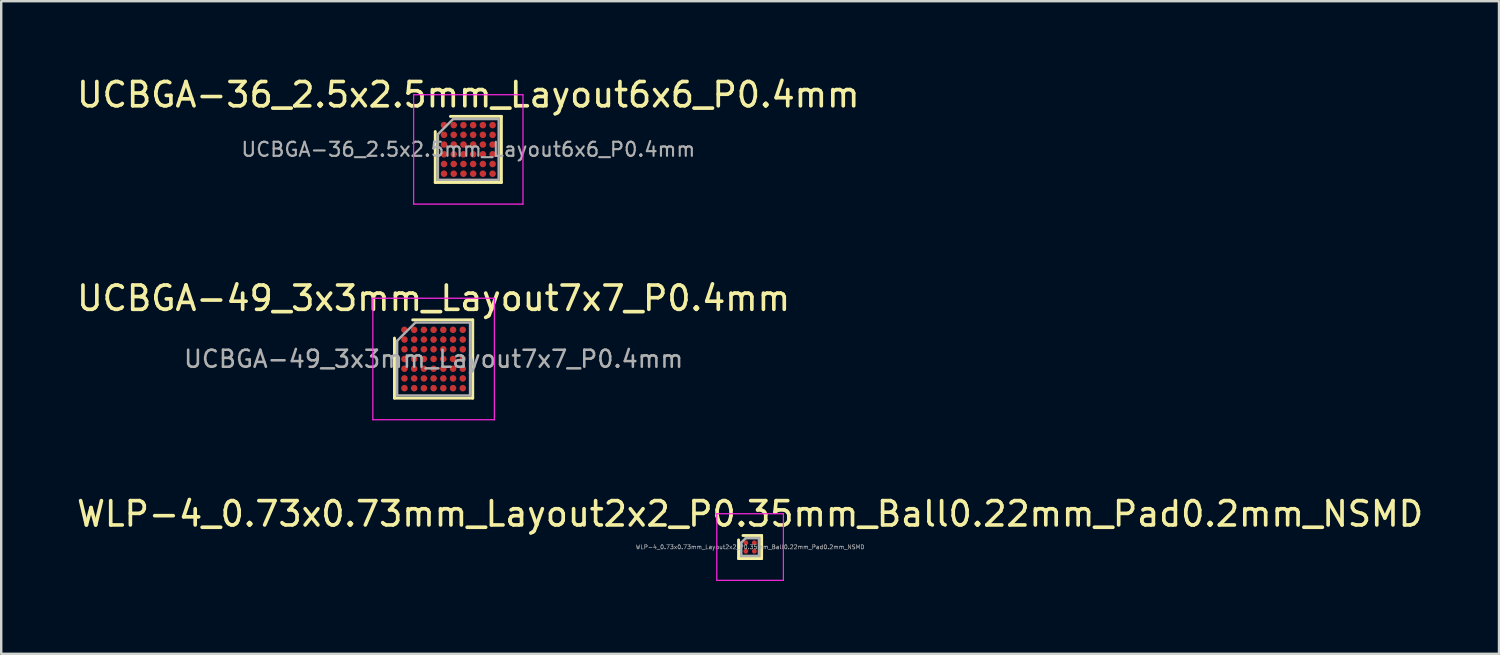
<source format=kicad_pcb>
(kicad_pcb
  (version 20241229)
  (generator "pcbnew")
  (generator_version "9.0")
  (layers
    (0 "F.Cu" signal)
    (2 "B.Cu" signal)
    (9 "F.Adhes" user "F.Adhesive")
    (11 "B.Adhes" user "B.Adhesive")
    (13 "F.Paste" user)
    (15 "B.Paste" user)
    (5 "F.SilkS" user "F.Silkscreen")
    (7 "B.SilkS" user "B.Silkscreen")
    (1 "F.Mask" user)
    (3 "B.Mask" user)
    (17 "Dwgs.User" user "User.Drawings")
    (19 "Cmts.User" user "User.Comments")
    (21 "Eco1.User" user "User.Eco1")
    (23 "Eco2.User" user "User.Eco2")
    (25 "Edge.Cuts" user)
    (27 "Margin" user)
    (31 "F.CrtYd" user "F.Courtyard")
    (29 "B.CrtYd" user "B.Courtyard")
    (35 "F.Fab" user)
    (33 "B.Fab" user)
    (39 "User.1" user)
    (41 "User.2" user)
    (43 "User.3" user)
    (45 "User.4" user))
  (footprint "UCBGA-36_2.5x2.5mm_Layout6x6_P0.4mm"
    (layer "F.Cu")
    (at 16.22 3.098)
    (property "Reference" "UCBGA-36_2.5x2.5mm_Layout6x6_P0.4mm" (at 0 -2.25 0) (layer "F.SilkS") (effects (font (size 1 1) (thickness 0.15))))
    (attr smd)
    (fp_line (start -1.36 1.36) (end -1.36 -0.735) (stroke (width 0.12) (type solid)) (layer "F.SilkS"))
    (fp_line (start -0.735 -1.36) (end 1.36 -1.36) (stroke (width 0.12) (type solid)) (layer "F.SilkS"))
    (fp_line (start 1.36 -1.36) (end 1.36 1.36) (stroke (width 0.12) (type solid)) (layer "F.SilkS"))
    (fp_line (start 1.36 1.36) (end -1.36 1.36) (stroke (width 0.12) (type solid)) (layer "F.SilkS"))
    (fp_line (start -2.25 -2.25) (end -2.25 2.25) (stroke (width 0.05) (type solid)) (layer "F.CrtYd"))
    (fp_line (start -2.25 2.25) (end 2.25 2.25) (stroke (width 0.05) (type solid)) (layer "F.CrtYd"))
    (fp_line (start 2.25 -2.25) (end -2.25 -2.25) (stroke (width 0.05) (type solid)) (layer "F.CrtYd"))
    (fp_line (start 2.25 2.25) (end 2.25 -2.25) (stroke (width 0.05) (type solid)) (layer "F.CrtYd"))
    (fp_line (start -1.25 -0.625) (end -0.625 -1.25) (stroke (width 0.1) (type solid)) (layer "F.Fab"))
    (fp_line (start -1.25 1.25) (end -1.25 -0.625) (stroke (width 0.1) (type solid)) (layer "F.Fab"))
    (fp_line (start -0.625 -1.25) (end 1.25 -1.25) (stroke (width 0.1) (type solid)) (layer "F.Fab"))
    (fp_line (start 1.25 -1.25) (end 1.25 1.25) (stroke (width 0.1) (type solid)) (layer "F.Fab"))
    (fp_line (start 1.25 1.25) (end -1.25 1.25) (stroke (width 0.1) (type solid)) (layer "F.Fab"))
    (fp_text user "${REFERENCE}" (at 0 0 0) (layer "F.Fab") (effects (font (size 0.58 0.58) (thickness 0.087))))
    (pad "A1" smd circle (at -1 -1) (size 0.27 0.27) (layers "F.Cu" "F.Mask" "F.Paste"))
    (pad "A2" smd circle (at -0.6 -1) (size 0.27 0.27) (layers "F.Cu" "F.Mask" "F.Paste"))
    (pad "A3" smd circle (at -0.2 -1) (size 0.27 0.27) (layers "F.Cu" "F.Mask" "F.Paste"))
    (pad "A4" smd circle (at 0.2 -1) (size 0.27 0.27) (layers "F.Cu" "F.Mask" "F.Paste"))
    (pad "A5" smd circle (at 0.6 -1) (size 0.27 0.27) (layers "F.Cu" "F.Mask" "F.Paste"))
    (pad "A6" smd circle (at 1 -1) (size 0.27 0.27) (layers "F.Cu" "F.Mask" "F.Paste"))
    (pad "B1" smd circle (at -1 -0.6) (size 0.27 0.27) (layers "F.Cu" "F.Mask" "F.Paste"))
    (pad "B2" smd circle (at -0.6 -0.6) (size 0.27 0.27) (layers "F.Cu" "F.Mask" "F.Paste"))
    (pad "B3" smd circle (at -0.2 -0.6) (size 0.27 0.27) (layers "F.Cu" "F.Mask" "F.Paste"))
    (pad "B4" smd circle (at 0.2 -0.6) (size 0.27 0.27) (layers "F.Cu" "F.Mask" "F.Paste"))
    (pad "B5" smd circle (at 0.6 -0.6) (size 0.27 0.27) (layers "F.Cu" "F.Mask" "F.Paste"))
    (pad "B6" smd circle (at 1 -0.6) (size 0.27 0.27) (layers "F.Cu" "F.Mask" "F.Paste"))
    (pad "C1" smd circle (at -1 -0.2) (size 0.27 0.27) (layers "F.Cu" "F.Mask" "F.Paste"))
    (pad "C2" smd circle (at -0.6 -0.2) (size 0.27 0.27) (layers "F.Cu" "F.Mask" "F.Paste"))
    (pad "C3" smd circle (at -0.2 -0.2) (size 0.27 0.27) (layers "F.Cu" "F.Mask" "F.Paste"))
    (pad "C4" smd circle (at 0.2 -0.2) (size 0.27 0.27) (layers "F.Cu" "F.Mask" "F.Paste"))
    (pad "C5" smd circle (at 0.6 -0.2) (size 0.27 0.27) (layers "F.Cu" "F.Mask" "F.Paste"))
    (pad "C6" smd circle (at 1 -0.2) (size 0.27 0.27) (layers "F.Cu" "F.Mask" "F.Paste"))
    (pad "D1" smd circle (at -1 0.2) (size 0.27 0.27) (layers "F.Cu" "F.Mask" "F.Paste"))
    (pad "D2" smd circle (at -0.6 0.2) (size 0.27 0.27) (layers "F.Cu" "F.Mask" "F.Paste"))
    (pad "D3" smd circle (at -0.2 0.2) (size 0.27 0.27) (layers "F.Cu" "F.Mask" "F.Paste"))
    (pad "D4" smd circle (at 0.2 0.2) (size 0.27 0.27) (layers "F.Cu" "F.Mask" "F.Paste"))
    (pad "D5" smd circle (at 0.6 0.2) (size 0.27 0.27) (layers "F.Cu" "F.Mask" "F.Paste"))
    (pad "D6" smd circle (at 1 0.2) (size 0.27 0.27) (layers "F.Cu" "F.Mask" "F.Paste"))
    (pad "E1" smd circle (at -1 0.6) (size 0.27 0.27) (layers "F.Cu" "F.Mask" "F.Paste"))
    (pad "E2" smd circle (at -0.6 0.6) (size 0.27 0.27) (layers "F.Cu" "F.Mask" "F.Paste"))
    (pad "E3" smd circle (at -0.2 0.6) (size 0.27 0.27) (layers "F.Cu" "F.Mask" "F.Paste"))
    (pad "E4" smd circle (at 0.2 0.6) (size 0.27 0.27) (layers "F.Cu" "F.Mask" "F.Paste"))
    (pad "E5" smd circle (at 0.6 0.6) (size 0.27 0.27) (layers "F.Cu" "F.Mask" "F.Paste"))
    (pad "E6" smd circle (at 1 0.6) (size 0.27 0.27) (layers "F.Cu" "F.Mask" "F.Paste"))
    (pad "F1" smd circle (at -1 1) (size 0.27 0.27) (layers "F.Cu" "F.Mask" "F.Paste"))
    (pad "F2" smd circle (at -0.6 1) (size 0.27 0.27) (layers "F.Cu" "F.Mask" "F.Paste"))
    (pad "F3" smd circle (at -0.2 1) (size 0.27 0.27) (layers "F.Cu" "F.Mask" "F.Paste"))
    (pad "F4" smd circle (at 0.2 1) (size 0.27 0.27) (layers "F.Cu" "F.Mask" "F.Paste"))
    (pad "F5" smd circle (at 0.6 1) (size 0.27 0.27) (layers "F.Cu" "F.Mask" "F.Paste"))
    (pad "F6" smd circle (at 1 1) (size 0.27 0.27) (layers "F.Cu" "F.Mask" "F.Paste")))
  (footprint "UCBGA-49_3x3mm_Layout7x7_P0.4mm"
    (layer "F.Cu")
    (at 14.792 11.722)
    (property "Reference" "UCBGA-49_3x3mm_Layout7x7_P0.4mm" (at 0 -2.5 0) (layer "F.SilkS") (effects (font (size 1 1) (thickness 0.15))))
    (attr smd)
    (fp_line (start -1.61 1.61) (end -1.61 -0.86) (stroke (width 0.12) (type solid)) (layer "F.SilkS"))
    (fp_line (start -0.86 -1.61) (end 1.61 -1.61) (stroke (width 0.12) (type solid)) (layer "F.SilkS"))
    (fp_line (start 1.61 -1.61) (end 1.61 1.61) (stroke (width 0.12) (type solid)) (layer "F.SilkS"))
    (fp_line (start 1.61 1.61) (end -1.61 1.61) (stroke (width 0.12) (type solid)) (layer "F.SilkS"))
    (fp_line (start -2.5 -2.5) (end -2.5 2.5) (stroke (width 0.05) (type solid)) (layer "F.CrtYd"))
    (fp_line (start -2.5 2.5) (end 2.5 2.5) (stroke (width 0.05) (type solid)) (layer "F.CrtYd"))
    (fp_line (start 2.5 -2.5) (end -2.5 -2.5) (stroke (width 0.05) (type solid)) (layer "F.CrtYd"))
    (fp_line (start 2.5 2.5) (end 2.5 -2.5) (stroke (width 0.05) (type solid)) (layer "F.CrtYd"))
    (fp_line (start -1.5 -0.75) (end -0.75 -1.5) (stroke (width 0.1) (type solid)) (layer "F.Fab"))
    (fp_line (start -1.5 1.5) (end -1.5 -0.75) (stroke (width 0.1) (type solid)) (layer "F.Fab"))
    (fp_line (start -0.75 -1.5) (end 1.5 -1.5) (stroke (width 0.1) (type solid)) (layer "F.Fab"))
    (fp_line (start 1.5 -1.5) (end 1.5 1.5) (stroke (width 0.1) (type solid)) (layer "F.Fab"))
    (fp_line (start 1.5 1.5) (end -1.5 1.5) (stroke (width 0.1) (type solid)) (layer "F.Fab"))
    (fp_text user "${REFERENCE}" (at 0 0 0) (layer "F.Fab") (effects (font (size 0.7 0.7) (thickness 0.105))))
    (pad "A1" smd circle (at -1.2 -1.2) (size 0.27 0.27) (layers "F.Cu" "F.Mask" "F.Paste"))
    (pad "A2" smd circle (at -0.8 -1.2) (size 0.27 0.27) (layers "F.Cu" "F.Mask" "F.Paste"))
    (pad "A3" smd circle (at -0.4 -1.2) (size 0.27 0.27) (layers "F.Cu" "F.Mask" "F.Paste"))
    (pad "A4" smd circle (at 0 -1.2) (size 0.27 0.27) (layers "F.Cu" "F.Mask" "F.Paste"))
    (pad "A5" smd circle (at 0.4 -1.2) (size 0.27 0.27) (layers "F.Cu" "F.Mask" "F.Paste"))
    (pad "A6" smd circle (at 0.8 -1.2) (size 0.27 0.27) (layers "F.Cu" "F.Mask" "F.Paste"))
    (pad "A7" smd circle (at 1.2 -1.2) (size 0.27 0.27) (layers "F.Cu" "F.Mask" "F.Paste"))
    (pad "B1" smd circle (at -1.2 -0.8) (size 0.27 0.27) (layers "F.Cu" "F.Mask" "F.Paste"))
    (pad "B2" smd circle (at -0.8 -0.8) (size 0.27 0.27) (layers "F.Cu" "F.Mask" "F.Paste"))
    (pad "B3" smd circle (at -0.4 -0.8) (size 0.27 0.27) (layers "F.Cu" "F.Mask" "F.Paste"))
    (pad "B4" smd circle (at 0 -0.8) (size 0.27 0.27) (layers "F.Cu" "F.Mask" "F.Paste"))
    (pad "B5" smd circle (at 0.4 -0.8) (size 0.27 0.27) (layers "F.Cu" "F.Mask" "F.Paste"))
    (pad "B6" smd circle (at 0.8 -0.8) (size 0.27 0.27) (layers "F.Cu" "F.Mask" "F.Paste"))
    (pad "B7" smd circle (at 1.2 -0.8) (size 0.27 0.27) (layers "F.Cu" "F.Mask" "F.Paste"))
    (pad "C1" smd circle (at -1.2 -0.4) (size 0.27 0.27) (layers "F.Cu" "F.Mask" "F.Paste"))
    (pad "C2" smd circle (at -0.8 -0.4) (size 0.27 0.27) (layers "F.Cu" "F.Mask" "F.Paste"))
    (pad "C3" smd circle (at -0.4 -0.4) (size 0.27 0.27) (layers "F.Cu" "F.Mask" "F.Paste"))
    (pad "C4" smd circle (at 0 -0.4) (size 0.27 0.27) (layers "F.Cu" "F.Mask" "F.Paste"))
    (pad "C5" smd circle (at 0.4 -0.4) (size 0.27 0.27) (layers "F.Cu" "F.Mask" "F.Paste"))
    (pad "C6" smd circle (at 0.8 -0.4) (size 0.27 0.27) (layers "F.Cu" "F.Mask" "F.Paste"))
    (pad "C7" smd circle (at 1.2 -0.4) (size 0.27 0.27) (layers "F.Cu" "F.Mask" "F.Paste"))
    (pad "D1" smd circle (at -1.2 0) (size 0.27 0.27) (layers "F.Cu" "F.Mask" "F.Paste"))
    (pad "D2" smd circle (at -0.8 0) (size 0.27 0.27) (layers "F.Cu" "F.Mask" "F.Paste"))
    (pad "D3" smd circle (at -0.4 0) (size 0.27 0.27) (layers "F.Cu" "F.Mask" "F.Paste"))
    (pad "D4" smd circle (at 0 0) (size 0.27 0.27) (layers "F.Cu" "F.Mask" "F.Paste"))
    (pad "D5" smd circle (at 0.4 0) (size 0.27 0.27) (layers "F.Cu" "F.Mask" "F.Paste"))
    (pad "D6" smd circle (at 0.8 0) (size 0.27 0.27) (layers "F.Cu" "F.Mask" "F.Paste"))
    (pad "D7" smd circle (at 1.2 0) (size 0.27 0.27) (layers "F.Cu" "F.Mask" "F.Paste"))
    (pad "E1" smd circle (at -1.2 0.4) (size 0.27 0.27) (layers "F.Cu" "F.Mask" "F.Paste"))
    (pad "E2" smd circle (at -0.8 0.4) (size 0.27 0.27) (layers "F.Cu" "F.Mask" "F.Paste"))
    (pad "E3" smd circle (at -0.4 0.4) (size 0.27 0.27) (layers "F.Cu" "F.Mask" "F.Paste"))
    (pad "E4" smd circle (at 0 0.4) (size 0.27 0.27) (layers "F.Cu" "F.Mask" "F.Paste"))
    (pad "E5" smd circle (at 0.4 0.4) (size 0.27 0.27) (layers "F.Cu" "F.Mask" "F.Paste"))
    (pad "E6" smd circle (at 0.8 0.4) (size 0.27 0.27) (layers "F.Cu" "F.Mask" "F.Paste"))
    (pad "E7" smd circle (at 1.2 0.4) (size 0.27 0.27) (layers "F.Cu" "F.Mask" "F.Paste"))
    (pad "F1" smd circle (at -1.2 0.8) (size 0.27 0.27) (layers "F.Cu" "F.Mask" "F.Paste"))
    (pad "F2" smd circle (at -0.8 0.8) (size 0.27 0.27) (layers "F.Cu" "F.Mask" "F.Paste"))
    (pad "F3" smd circle (at -0.4 0.8) (size 0.27 0.27) (layers "F.Cu" "F.Mask" "F.Paste"))
    (pad "F4" smd circle (at 0 0.8) (size 0.27 0.27) (layers "F.Cu" "F.Mask" "F.Paste"))
    (pad "F5" smd circle (at 0.4 0.8) (size 0.27 0.27) (layers "F.Cu" "F.Mask" "F.Paste"))
    (pad "F6" smd circle (at 0.8 0.8) (size 0.27 0.27) (layers "F.Cu" "F.Mask" "F.Paste"))
    (pad "F7" smd circle (at 1.2 0.8) (size 0.27 0.27) (layers "F.Cu" "F.Mask" "F.Paste"))
    (pad "G1" smd circle (at -1.2 1.2) (size 0.27 0.27) (layers "F.Cu" "F.Mask" "F.Paste"))
    (pad "G2" smd circle (at -0.8 1.2) (size 0.27 0.27) (layers "F.Cu" "F.Mask" "F.Paste"))
    (pad "G3" smd circle (at -0.4 1.2) (size 0.27 0.27) (layers "F.Cu" "F.Mask" "F.Paste"))
    (pad "G4" smd circle (at 0 1.2) (size 0.27 0.27) (layers "F.Cu" "F.Mask" "F.Paste"))
    (pad "G5" smd circle (at 0.4 1.2) (size 0.27 0.27) (layers "F.Cu" "F.Mask" "F.Paste"))
    (pad "G6" smd circle (at 0.8 1.2) (size 0.27 0.27) (layers "F.Cu" "F.Mask" "F.Paste"))
    (pad "G7" smd circle (at 1.2 1.2) (size 0.27 0.27) (layers "F.Cu" "F.Mask" "F.Paste")))
  (footprint "WLP-4_0.73x0.73mm_Layout2x2_P0.35mm_Ball0.22mm_Pad0.2mm_NSMD"
    (layer "F.Cu")
    (at 27.815 19.459)
    (property "Reference" "WLP-4_0.73x0.73mm_Layout2x2_P0.35mm_Ball0.22mm_Pad0.2mm_NSMD" (at 0 -1.364 0) (layer "F.SilkS") (effects (font (size 1 1) (thickness 0.15))))
    (attr smd)
    (fp_line (start -0.474 0.474) (end -0.474 -0.292) (stroke (width 0.12) (type solid)) (layer "F.SilkS"))
    (fp_line (start -0.292 -0.474) (end 0.474 -0.474) (stroke (width 0.12) (type solid)) (layer "F.SilkS"))
    (fp_line (start 0.474 -0.474) (end 0.474 0.474) (stroke (width 0.12) (type solid)) (layer "F.SilkS"))
    (fp_line (start 0.474 0.474) (end -0.474 0.474) (stroke (width 0.12) (type solid)) (layer "F.SilkS"))
    (fp_line (start -1.37 -1.37) (end -1.37 1.37) (stroke (width 0.05) (type solid)) (layer "F.CrtYd"))
    (fp_line (start -1.37 1.37) (end 1.37 1.37) (stroke (width 0.05) (type solid)) (layer "F.CrtYd"))
    (fp_line (start 1.37 -1.37) (end -1.37 -1.37) (stroke (width 0.05) (type solid)) (layer "F.CrtYd"))
    (fp_line (start 1.37 1.37) (end 1.37 -1.37) (stroke (width 0.05) (type solid)) (layer "F.CrtYd"))
    (fp_line (start -0.364 -0.182) (end -0.182 -0.364) (stroke (width 0.1) (type solid)) (layer "F.Fab"))
    (fp_line (start -0.364 0.364) (end -0.364 -0.182) (stroke (width 0.1) (type solid)) (layer "F.Fab"))
    (fp_line (start -0.182 -0.364) (end 0.364 -0.364) (stroke (width 0.1) (type solid)) (layer "F.Fab"))
    (fp_line (start 0.364 -0.364) (end 0.364 0.364) (stroke (width 0.1) (type solid)) (layer "F.Fab"))
    (fp_line (start 0.364 0.364) (end -0.364 0.364) (stroke (width 0.1) (type solid)) (layer "F.Fab"))
    (fp_text user "${REFERENCE}" (at 0 0 0) (layer "F.Fab") (effects (font (size 0.17 0.17) (thickness 0.025))))
    (pad "A1" smd circle (at -0.175 -0.175) (size 0.2 0.2) (layers "F.Cu" "F.Mask" "F.Paste"))
    (pad "A2" smd circle (at 0.175 -0.175) (size 0.2 0.2) (layers "F.Cu" "F.Mask" "F.Paste"))
    (pad "B1" smd circle (at -0.175 0.175) (size 0.2 0.2) (layers "F.Cu" "F.Mask" "F.Paste"))
    (pad "B2" smd circle (at 0.175 0.175) (size 0.2 0.2) (layers "F.Cu" "F.Mask" "F.Paste")))
  (gr_rect
    (start -3 -3)
    (end 58.631 23.854)
    (stroke (width 0.1) (type default))
    (fill no)
    (layer "Edge.Cuts")))
</source>
